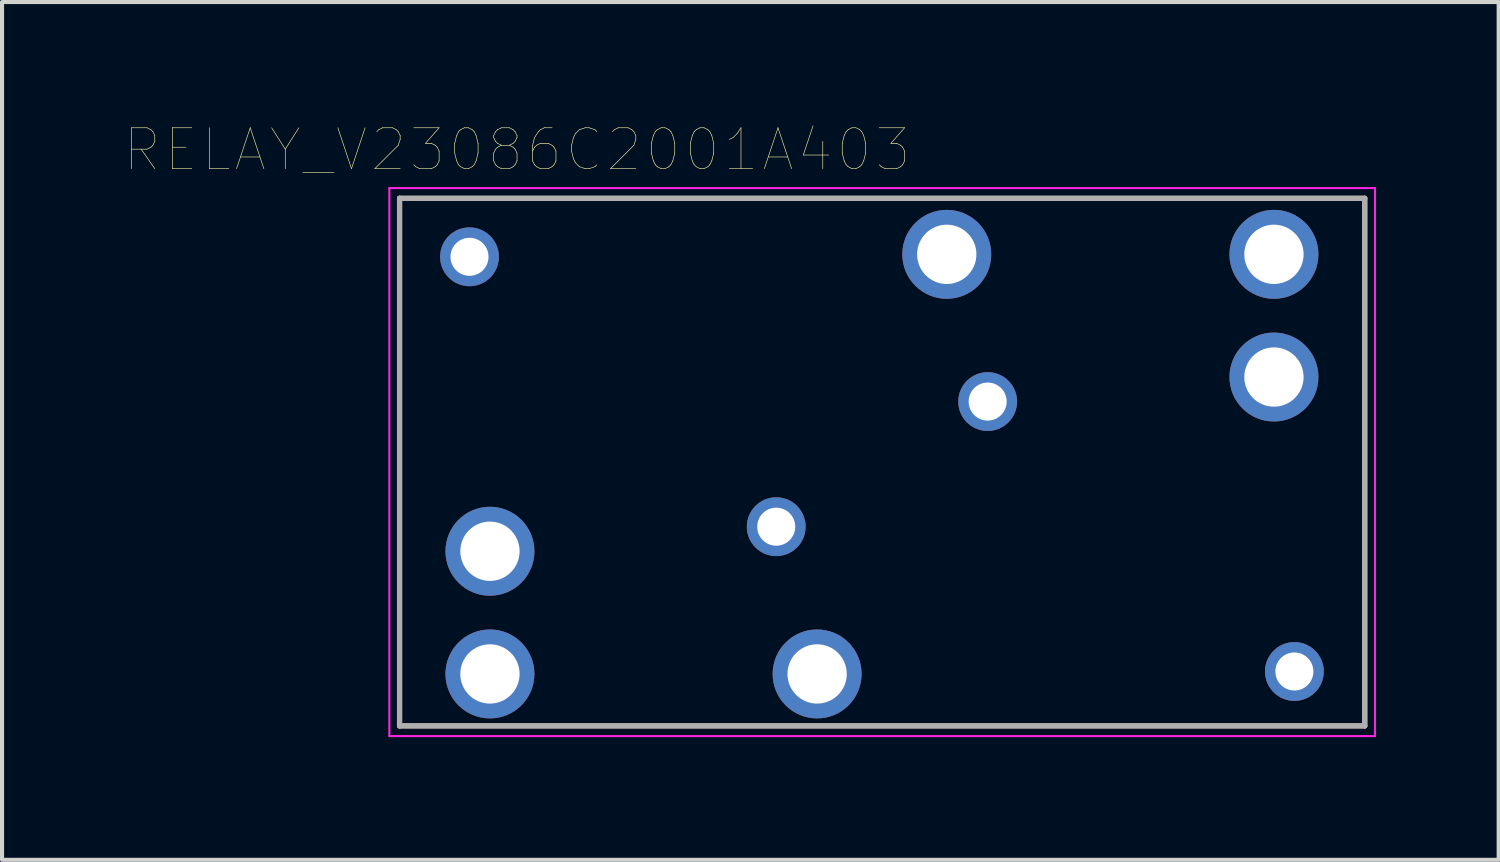
<source format=kicad_pcb>
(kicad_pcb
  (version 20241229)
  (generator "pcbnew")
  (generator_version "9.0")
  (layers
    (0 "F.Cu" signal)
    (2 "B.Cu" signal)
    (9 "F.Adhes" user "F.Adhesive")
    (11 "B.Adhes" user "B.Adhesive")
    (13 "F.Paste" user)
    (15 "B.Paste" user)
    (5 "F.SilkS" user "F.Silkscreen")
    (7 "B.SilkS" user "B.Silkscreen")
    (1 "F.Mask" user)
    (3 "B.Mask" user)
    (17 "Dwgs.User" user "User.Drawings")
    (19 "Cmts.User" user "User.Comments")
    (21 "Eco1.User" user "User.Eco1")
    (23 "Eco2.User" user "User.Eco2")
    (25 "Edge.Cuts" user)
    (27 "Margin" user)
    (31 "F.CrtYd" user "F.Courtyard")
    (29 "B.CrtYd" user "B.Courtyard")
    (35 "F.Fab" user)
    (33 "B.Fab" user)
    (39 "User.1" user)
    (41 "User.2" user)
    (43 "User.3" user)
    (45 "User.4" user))
  (footprint "RELAY_V23086C2001A403"
    (layer "F.Cu")
    (at 18.52 8.249)
    (property "Reference" "RELAY_V23086C2001A403" (at -8.928 -7.637 0) (layer "F.SilkS") (effects (font (size 1 1) (thickness 0.015))))
    (attr through_hole)
    (fp_line (start -11.8 -6.45) (end -11.8 6.45) (stroke (width 0.127) (type solid)) (layer "B.SilkS"))
    (fp_line (start -11.8 6.45) (end 11.8 6.45) (stroke (width 0.127) (type solid)) (layer "B.SilkS"))
    (fp_line (start 11.8 -6.45) (end -11.8 -6.45) (stroke (width 0.127) (type solid)) (layer "B.SilkS"))
    (fp_line (start 11.8 6.45) (end 11.8 -6.45) (stroke (width 0.127) (type solid)) (layer "B.SilkS"))
    (fp_line (start -12.05 -6.7) (end 12.05 -6.7) (stroke (width 0.05) (type solid)) (layer "F.CrtYd"))
    (fp_line (start -12.05 6.7) (end -12.05 -6.7) (stroke (width 0.05) (type solid)) (layer "F.CrtYd"))
    (fp_line (start 12.05 -6.7) (end 12.05 6.7) (stroke (width 0.05) (type solid)) (layer "F.CrtYd"))
    (fp_line (start 12.05 6.7) (end -12.05 6.7) (stroke (width 0.05) (type solid)) (layer "F.CrtYd"))
    (fp_line (start -11.8 -6.45) (end -11.8 6.45) (stroke (width 0.127) (type solid)) (layer "F.Fab"))
    (fp_line (start -11.8 6.45) (end 11.8 6.45) (stroke (width 0.127) (type solid)) (layer "F.Fab"))
    (fp_line (start 11.8 -6.45) (end -11.8 -6.45) (stroke (width 0.127) (type solid)) (layer "F.Fab"))
    (fp_line (start 11.8 6.45) (end 11.8 -6.45) (stroke (width 0.127) (type solid)) (layer "F.Fab"))
    (pad "11" thru_hole circle (at 2.58 -1.48) (size 1.438 1.438) (drill 0.93) (layers "*.Cu" "*.Mask"))
    (pad "12" thru_hole circle (at 10.08 5.12) (size 1.438 1.438) (drill 0.93) (layers "*.Cu" "*.Mask"))
    (pad "13" thru_hole circle (at 9.58 -5.08) (size 2.175 2.175) (drill 1.45) (layers "*.Cu" "*.Mask"))
    (pad "14" thru_hole circle (at 1.58 -5.08) (size 2.175 2.175) (drill 1.45) (layers "*.Cu" "*.Mask"))
    (pad "15" thru_hole circle (at 9.58 -2.08) (size 2.175 2.175) (drill 1.45) (layers "*.Cu" "*.Mask"))
    (pad "21" thru_hole circle (at -2.59 1.58) (size 1.438 1.438) (drill 0.93) (layers "*.Cu" "*.Mask"))
    (pad "22" thru_hole circle (at -10.09 -5.02) (size 1.438 1.438) (drill 0.93) (layers "*.Cu" "*.Mask"))
    (pad "23" thru_hole circle (at -9.59 5.18) (size 2.175 2.175) (drill 1.45) (layers "*.Cu" "*.Mask"))
    (pad "24" thru_hole circle (at -1.59 5.18) (size 2.175 2.175) (drill 1.45) (layers "*.Cu" "*.Mask"))
    (pad "25" thru_hole circle (at -9.59 2.18) (size 2.175 2.175) (drill 1.45) (layers "*.Cu" "*.Mask")))
  (gr_rect
    (start -3 -3)
    (end 33.595 17.974)
    (stroke (width 0.1) (type default))
    (fill no)
    (layer "Edge.Cuts")))
</source>
